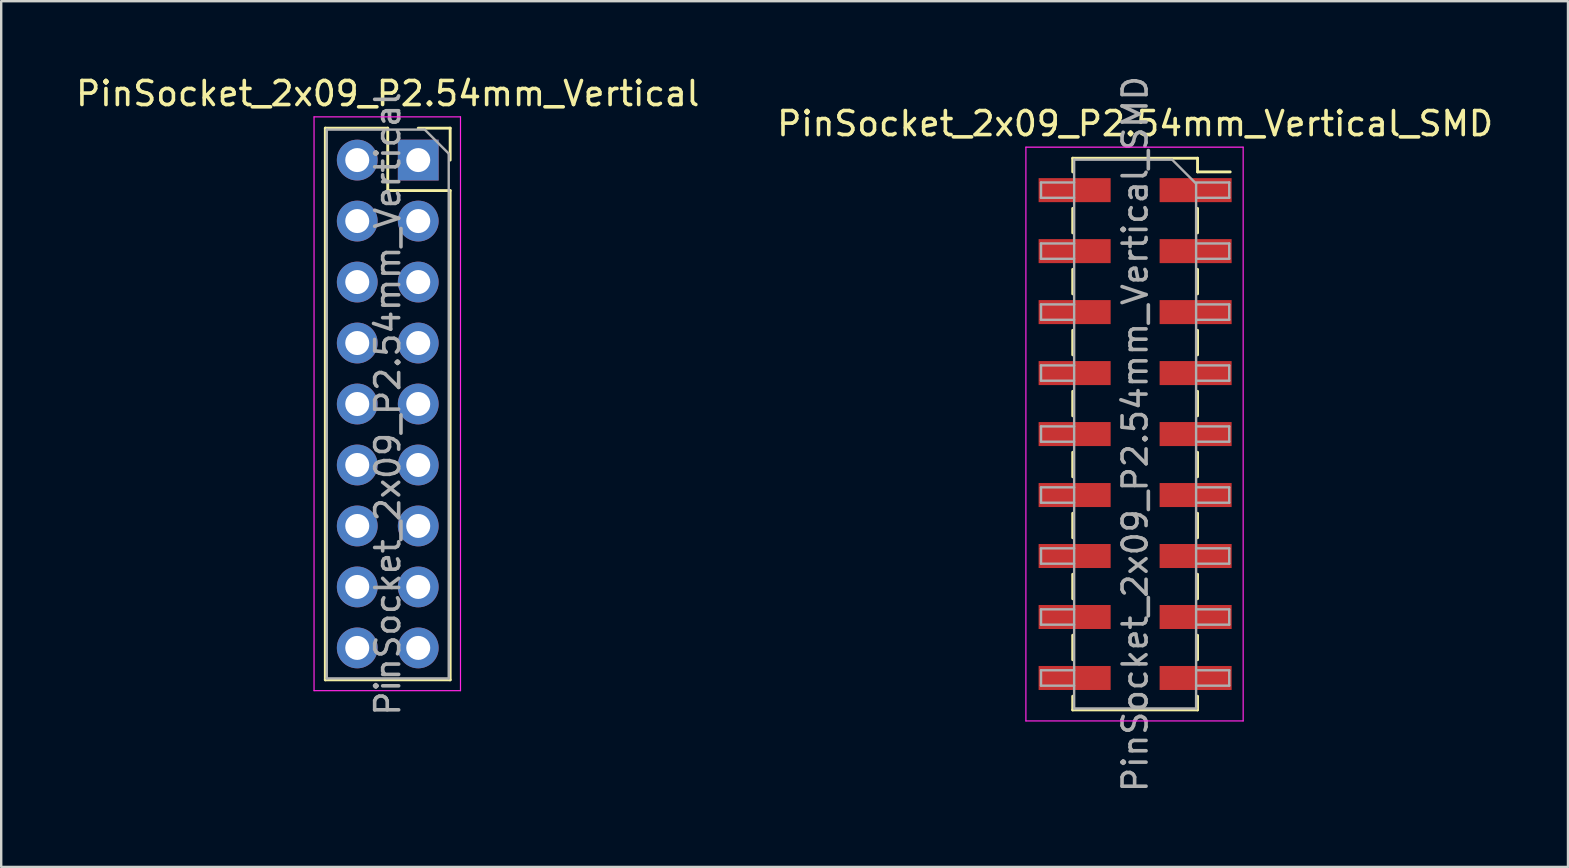
<source format=kicad_pcb>
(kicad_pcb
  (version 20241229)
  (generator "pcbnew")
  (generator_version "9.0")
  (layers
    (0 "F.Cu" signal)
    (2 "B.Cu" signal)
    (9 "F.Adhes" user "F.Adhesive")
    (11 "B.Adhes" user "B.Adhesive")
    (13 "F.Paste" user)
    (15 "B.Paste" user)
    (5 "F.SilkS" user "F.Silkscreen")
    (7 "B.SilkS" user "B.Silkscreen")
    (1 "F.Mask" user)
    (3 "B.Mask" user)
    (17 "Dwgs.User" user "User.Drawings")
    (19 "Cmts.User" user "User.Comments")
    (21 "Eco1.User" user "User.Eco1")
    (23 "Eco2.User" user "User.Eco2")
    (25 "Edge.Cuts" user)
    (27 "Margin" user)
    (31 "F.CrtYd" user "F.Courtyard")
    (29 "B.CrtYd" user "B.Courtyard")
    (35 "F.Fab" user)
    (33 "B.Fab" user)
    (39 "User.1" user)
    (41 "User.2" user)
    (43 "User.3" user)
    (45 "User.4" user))
  (footprint "PinSocket_2x09_P2.54mm_Vertical_SMD"
    (layer "F.Cu")
    (at 44.232 15.03)
    (property "Reference" "PinSocket_2x09_P2.54mm_Vertical_SMD" (at 0 -12.93 0) (layer "F.SilkS") (effects (font (size 1 1) (thickness 0.15))))
    (attr smd)
    (fp_line (start -2.6 -11.49) (end -2.6 -10.92) (stroke (width 0.12) (type solid)) (layer "F.SilkS"))
    (fp_line (start -2.6 -11.49) (end 2.6 -11.49) (stroke (width 0.12) (type solid)) (layer "F.SilkS"))
    (fp_line (start -2.6 -9.4) (end -2.6 -8.38) (stroke (width 0.12) (type solid)) (layer "F.SilkS"))
    (fp_line (start -2.6 -6.86) (end -2.6 -5.84) (stroke (width 0.12) (type solid)) (layer "F.SilkS"))
    (fp_line (start -2.6 -4.32) (end -2.6 -3.3) (stroke (width 0.12) (type solid)) (layer "F.SilkS"))
    (fp_line (start -2.6 -1.78) (end -2.6 -0.76) (stroke (width 0.12) (type solid)) (layer "F.SilkS"))
    (fp_line (start -2.6 0.76) (end -2.6 1.78) (stroke (width 0.12) (type solid)) (layer "F.SilkS"))
    (fp_line (start -2.6 3.3) (end -2.6 4.32) (stroke (width 0.12) (type solid)) (layer "F.SilkS"))
    (fp_line (start -2.6 5.84) (end -2.6 6.86) (stroke (width 0.12) (type solid)) (layer "F.SilkS"))
    (fp_line (start -2.6 8.38) (end -2.6 9.4) (stroke (width 0.12) (type solid)) (layer "F.SilkS"))
    (fp_line (start -2.6 10.92) (end -2.6 11.49) (stroke (width 0.12) (type solid)) (layer "F.SilkS"))
    (fp_line (start -2.6 11.49) (end 2.6 11.49) (stroke (width 0.12) (type solid)) (layer "F.SilkS"))
    (fp_line (start 2.6 -11.49) (end 2.6 -10.92) (stroke (width 0.12) (type solid)) (layer "F.SilkS"))
    (fp_line (start 2.6 -10.92) (end 3.96 -10.92) (stroke (width 0.12) (type solid)) (layer "F.SilkS"))
    (fp_line (start 2.6 -9.4) (end 2.6 -8.38) (stroke (width 0.12) (type solid)) (layer "F.SilkS"))
    (fp_line (start 2.6 -6.86) (end 2.6 -5.84) (stroke (width 0.12) (type solid)) (layer "F.SilkS"))
    (fp_line (start 2.6 -4.32) (end 2.6 -3.3) (stroke (width 0.12) (type solid)) (layer "F.SilkS"))
    (fp_line (start 2.6 -1.78) (end 2.6 -0.76) (stroke (width 0.12) (type solid)) (layer "F.SilkS"))
    (fp_line (start 2.6 0.76) (end 2.6 1.78) (stroke (width 0.12) (type solid)) (layer "F.SilkS"))
    (fp_line (start 2.6 3.3) (end 2.6 4.32) (stroke (width 0.12) (type solid)) (layer "F.SilkS"))
    (fp_line (start 2.6 5.84) (end 2.6 6.86) (stroke (width 0.12) (type solid)) (layer "F.SilkS"))
    (fp_line (start 2.6 8.38) (end 2.6 9.4) (stroke (width 0.12) (type solid)) (layer "F.SilkS"))
    (fp_line (start 2.6 10.92) (end 2.6 11.49) (stroke (width 0.12) (type solid)) (layer "F.SilkS"))
    (fp_line (start -4.55 -11.95) (end 4.5 -11.95) (stroke (width 0.05) (type solid)) (layer "F.CrtYd"))
    (fp_line (start -4.55 11.95) (end -4.55 -11.95) (stroke (width 0.05) (type solid)) (layer "F.CrtYd"))
    (fp_line (start 4.5 -11.95) (end 4.5 11.95) (stroke (width 0.05) (type solid)) (layer "F.CrtYd"))
    (fp_line (start 4.5 11.95) (end -4.55 11.95) (stroke (width 0.05) (type solid)) (layer "F.CrtYd"))
    (fp_line (start -3.92 -10.48) (end -2.54 -10.48) (stroke (width 0.1) (type solid)) (layer "F.Fab"))
    (fp_line (start -3.92 -9.84) (end -3.92 -10.48) (stroke (width 0.1) (type solid)) (layer "F.Fab"))
    (fp_line (start -3.92 -7.94) (end -2.54 -7.94) (stroke (width 0.1) (type solid)) (layer "F.Fab"))
    (fp_line (start -3.92 -7.3) (end -3.92 -7.94) (stroke (width 0.1) (type solid)) (layer "F.Fab"))
    (fp_line (start -3.92 -5.4) (end -2.54 -5.4) (stroke (width 0.1) (type solid)) (layer "F.Fab"))
    (fp_line (start -3.92 -4.76) (end -3.92 -5.4) (stroke (width 0.1) (type solid)) (layer "F.Fab"))
    (fp_line (start -3.92 -2.86) (end -2.54 -2.86) (stroke (width 0.1) (type solid)) (layer "F.Fab"))
    (fp_line (start -3.92 -2.22) (end -3.92 -2.86) (stroke (width 0.1) (type solid)) (layer "F.Fab"))
    (fp_line (start -3.92 -0.32) (end -2.54 -0.32) (stroke (width 0.1) (type solid)) (layer "F.Fab"))
    (fp_line (start -3.92 0.32) (end -3.92 -0.32) (stroke (width 0.1) (type solid)) (layer "F.Fab"))
    (fp_line (start -3.92 2.22) (end -2.54 2.22) (stroke (width 0.1) (type solid)) (layer "F.Fab"))
    (fp_line (start -3.92 2.86) (end -3.92 2.22) (stroke (width 0.1) (type solid)) (layer "F.Fab"))
    (fp_line (start -3.92 4.76) (end -2.54 4.76) (stroke (width 0.1) (type solid)) (layer "F.Fab"))
    (fp_line (start -3.92 5.4) (end -3.92 4.76) (stroke (width 0.1) (type solid)) (layer "F.Fab"))
    (fp_line (start -3.92 7.3) (end -2.54 7.3) (stroke (width 0.1) (type solid)) (layer "F.Fab"))
    (fp_line (start -3.92 7.94) (end -3.92 7.3) (stroke (width 0.1) (type solid)) (layer "F.Fab"))
    (fp_line (start -3.92 9.84) (end -2.54 9.84) (stroke (width 0.1) (type solid)) (layer "F.Fab"))
    (fp_line (start -3.92 10.48) (end -3.92 9.84) (stroke (width 0.1) (type solid)) (layer "F.Fab"))
    (fp_line (start -2.54 -11.43) (end 1.54 -11.43) (stroke (width 0.1) (type solid)) (layer "F.Fab"))
    (fp_line (start -2.54 -9.84) (end -3.92 -9.84) (stroke (width 0.1) (type solid)) (layer "F.Fab"))
    (fp_line (start -2.54 -7.3) (end -3.92 -7.3) (stroke (width 0.1) (type solid)) (layer "F.Fab"))
    (fp_line (start -2.54 -4.76) (end -3.92 -4.76) (stroke (width 0.1) (type solid)) (layer "F.Fab"))
    (fp_line (start -2.54 -2.22) (end -3.92 -2.22) (stroke (width 0.1) (type solid)) (layer "F.Fab"))
    (fp_line (start -2.54 0.32) (end -3.92 0.32) (stroke (width 0.1) (type solid)) (layer "F.Fab"))
    (fp_line (start -2.54 2.86) (end -3.92 2.86) (stroke (width 0.1) (type solid)) (layer "F.Fab"))
    (fp_line (start -2.54 5.4) (end -3.92 5.4) (stroke (width 0.1) (type solid)) (layer "F.Fab"))
    (fp_line (start -2.54 7.94) (end -3.92 7.94) (stroke (width 0.1) (type solid)) (layer "F.Fab"))
    (fp_line (start -2.54 10.48) (end -3.92 10.48) (stroke (width 0.1) (type solid)) (layer "F.Fab"))
    (fp_line (start -2.54 11.43) (end -2.54 -11.43) (stroke (width 0.1) (type solid)) (layer "F.Fab"))
    (fp_line (start 1.54 -11.43) (end 2.54 -10.43) (stroke (width 0.1) (type solid)) (layer "F.Fab"))
    (fp_line (start 2.54 -10.48) (end 3.92 -10.48) (stroke (width 0.1) (type solid)) (layer "F.Fab"))
    (fp_line (start 2.54 -10.43) (end 2.54 11.43) (stroke (width 0.1) (type solid)) (layer "F.Fab"))
    (fp_line (start 2.54 -7.94) (end 3.92 -7.94) (stroke (width 0.1) (type solid)) (layer "F.Fab"))
    (fp_line (start 2.54 -5.4) (end 3.92 -5.4) (stroke (width 0.1) (type solid)) (layer "F.Fab"))
    (fp_line (start 2.54 -2.86) (end 3.92 -2.86) (stroke (width 0.1) (type solid)) (layer "F.Fab"))
    (fp_line (start 2.54 -0.32) (end 3.92 -0.32) (stroke (width 0.1) (type solid)) (layer "F.Fab"))
    (fp_line (start 2.54 2.22) (end 3.92 2.22) (stroke (width 0.1) (type solid)) (layer "F.Fab"))
    (fp_line (start 2.54 4.76) (end 3.92 4.76) (stroke (width 0.1) (type solid)) (layer "F.Fab"))
    (fp_line (start 2.54 7.3) (end 3.92 7.3) (stroke (width 0.1) (type solid)) (layer "F.Fab"))
    (fp_line (start 2.54 9.84) (end 3.92 9.84) (stroke (width 0.1) (type solid)) (layer "F.Fab"))
    (fp_line (start 2.54 11.43) (end -2.54 11.43) (stroke (width 0.1) (type solid)) (layer "F.Fab"))
    (fp_line (start 3.92 -10.48) (end 3.92 -9.84) (stroke (width 0.1) (type solid)) (layer "F.Fab"))
    (fp_line (start 3.92 -9.84) (end 2.54 -9.84) (stroke (width 0.1) (type solid)) (layer "F.Fab"))
    (fp_line (start 3.92 -7.94) (end 3.92 -7.3) (stroke (width 0.1) (type solid)) (layer "F.Fab"))
    (fp_line (start 3.92 -7.3) (end 2.54 -7.3) (stroke (width 0.1) (type solid)) (layer "F.Fab"))
    (fp_line (start 3.92 -5.4) (end 3.92 -4.76) (stroke (width 0.1) (type solid)) (layer "F.Fab"))
    (fp_line (start 3.92 -4.76) (end 2.54 -4.76) (stroke (width 0.1) (type solid)) (layer "F.Fab"))
    (fp_line (start 3.92 -2.86) (end 3.92 -2.22) (stroke (width 0.1) (type solid)) (layer "F.Fab"))
    (fp_line (start 3.92 -2.22) (end 2.54 -2.22) (stroke (width 0.1) (type solid)) (layer "F.Fab"))
    (fp_line (start 3.92 -0.32) (end 3.92 0.32) (stroke (width 0.1) (type solid)) (layer "F.Fab"))
    (fp_line (start 3.92 0.32) (end 2.54 0.32) (stroke (width 0.1) (type solid)) (layer "F.Fab"))
    (fp_line (start 3.92 2.22) (end 3.92 2.86) (stroke (width 0.1) (type solid)) (layer "F.Fab"))
    (fp_line (start 3.92 2.86) (end 2.54 2.86) (stroke (width 0.1) (type solid)) (layer "F.Fab"))
    (fp_line (start 3.92 4.76) (end 3.92 5.4) (stroke (width 0.1) (type solid)) (layer "F.Fab"))
    (fp_line (start 3.92 5.4) (end 2.54 5.4) (stroke (width 0.1) (type solid)) (layer "F.Fab"))
    (fp_line (start 3.92 7.3) (end 3.92 7.94) (stroke (width 0.1) (type solid)) (layer "F.Fab"))
    (fp_line (start 3.92 7.94) (end 2.54 7.94) (stroke (width 0.1) (type solid)) (layer "F.Fab"))
    (fp_line (start 3.92 9.84) (end 3.92 10.48) (stroke (width 0.1) (type solid)) (layer "F.Fab"))
    (fp_line (start 3.92 10.48) (end 2.54 10.48) (stroke (width 0.1) (type solid)) (layer "F.Fab"))
    (fp_text user "${REFERENCE}" (at 0 0 90) (layer "F.Fab") (effects (font (size 1 1) (thickness 0.15))))
    (pad "1" smd rect (at 2.52 -10.16) (size 3 1) (layers "F.Cu" "F.Mask" "F.Paste"))
    (pad "2" smd rect (at -2.52 -10.16) (size 3 1) (layers "F.Cu" "F.Mask" "F.Paste"))
    (pad "3" smd rect (at 2.52 -7.62) (size 3 1) (layers "F.Cu" "F.Mask" "F.Paste"))
    (pad "4" smd rect (at -2.52 -7.62) (size 3 1) (layers "F.Cu" "F.Mask" "F.Paste"))
    (pad "5" smd rect (at 2.52 -5.08) (size 3 1) (layers "F.Cu" "F.Mask" "F.Paste"))
    (pad "6" smd rect (at -2.52 -5.08) (size 3 1) (layers "F.Cu" "F.Mask" "F.Paste"))
    (pad "7" smd rect (at 2.52 -2.54) (size 3 1) (layers "F.Cu" "F.Mask" "F.Paste"))
    (pad "8" smd rect (at -2.52 -2.54) (size 3 1) (layers "F.Cu" "F.Mask" "F.Paste"))
    (pad "9" smd rect (at 2.52 0) (size 3 1) (layers "F.Cu" "F.Mask" "F.Paste"))
    (pad "10" smd rect (at -2.52 0) (size 3 1) (layers "F.Cu" "F.Mask" "F.Paste"))
    (pad "11" smd rect (at 2.52 2.54) (size 3 1) (layers "F.Cu" "F.Mask" "F.Paste"))
    (pad "12" smd rect (at -2.52 2.54) (size 3 1) (layers "F.Cu" "F.Mask" "F.Paste"))
    (pad "13" smd rect (at 2.52 5.08) (size 3 1) (layers "F.Cu" "F.Mask" "F.Paste"))
    (pad "14" smd rect (at -2.52 5.08) (size 3 1) (layers "F.Cu" "F.Mask" "F.Paste"))
    (pad "15" smd rect (at 2.52 7.62) (size 3 1) (layers "F.Cu" "F.Mask" "F.Paste"))
    (pad "16" smd rect (at -2.52 7.62) (size 3 1) (layers "F.Cu" "F.Mask" "F.Paste"))
    (pad "17" smd rect (at 2.52 10.16) (size 3 1) (layers "F.Cu" "F.Mask" "F.Paste"))
    (pad "18" smd rect (at -2.52 10.16) (size 3 1) (layers "F.Cu" "F.Mask" "F.Paste")))
  (footprint "PinSocket_2x09_P2.54mm_Vertical"
    (layer "F.Cu")
    (at 14.371 3.618)
    (property "Reference" "PinSocket_2x09_P2.54mm_Vertical" (at -1.27 -2.77 0) (layer "F.SilkS") (effects (font (size 1 1) (thickness 0.15))))
    (attr through_hole)
    (fp_line (start -3.87 -1.33) (end -3.87 21.65) (stroke (width 0.12) (type solid)) (layer "F.SilkS"))
    (fp_line (start -3.87 -1.33) (end -1.27 -1.33) (stroke (width 0.12) (type solid)) (layer "F.SilkS"))
    (fp_line (start -3.87 21.65) (end 1.33 21.65) (stroke (width 0.12) (type solid)) (layer "F.SilkS"))
    (fp_line (start -1.27 -1.33) (end -1.27 1.27) (stroke (width 0.12) (type solid)) (layer "F.SilkS"))
    (fp_line (start -1.27 1.27) (end 1.33 1.27) (stroke (width 0.12) (type solid)) (layer "F.SilkS"))
    (fp_line (start 0 -1.33) (end 1.33 -1.33) (stroke (width 0.12) (type solid)) (layer "F.SilkS"))
    (fp_line (start 1.33 -1.33) (end 1.33 0) (stroke (width 0.12) (type solid)) (layer "F.SilkS"))
    (fp_line (start 1.33 1.27) (end 1.33 21.65) (stroke (width 0.12) (type solid)) (layer "F.SilkS"))
    (fp_line (start -4.34 -1.8) (end 1.76 -1.8) (stroke (width 0.05) (type solid)) (layer "F.CrtYd"))
    (fp_line (start -4.34 22.1) (end -4.34 -1.8) (stroke (width 0.05) (type solid)) (layer "F.CrtYd"))
    (fp_line (start 1.76 -1.8) (end 1.76 22.1) (stroke (width 0.05) (type solid)) (layer "F.CrtYd"))
    (fp_line (start 1.76 22.1) (end -4.34 22.1) (stroke (width 0.05) (type solid)) (layer "F.CrtYd"))
    (fp_line (start -3.81 -1.27) (end 0.27 -1.27) (stroke (width 0.1) (type solid)) (layer "F.Fab"))
    (fp_line (start -3.81 21.59) (end -3.81 -1.27) (stroke (width 0.1) (type solid)) (layer "F.Fab"))
    (fp_line (start 0.27 -1.27) (end 1.27 -0.27) (stroke (width 0.1) (type solid)) (layer "F.Fab"))
    (fp_line (start 1.27 -0.27) (end 1.27 21.59) (stroke (width 0.1) (type solid)) (layer "F.Fab"))
    (fp_line (start 1.27 21.59) (end -3.81 21.59) (stroke (width 0.1) (type solid)) (layer "F.Fab"))
    (fp_text user "${REFERENCE}" (at -1.27 10.16 90) (layer "F.Fab") (effects (font (size 1 1) (thickness 0.15))))
    (pad "1" thru_hole rect (at 0 0) (size 1.7 1.7) (drill 1) (layers "*.Cu" "*.Mask"))
    (pad "2" thru_hole oval (at -2.54 0) (size 1.7 1.7) (drill 1) (layers "*.Cu" "*.Mask"))
    (pad "3" thru_hole oval (at 0 2.54) (size 1.7 1.7) (drill 1) (layers "*.Cu" "*.Mask"))
    (pad "4" thru_hole oval (at -2.54 2.54) (size 1.7 1.7) (drill 1) (layers "*.Cu" "*.Mask"))
    (pad "5" thru_hole oval (at 0 5.08) (size 1.7 1.7) (drill 1) (layers "*.Cu" "*.Mask"))
    (pad "6" thru_hole oval (at -2.54 5.08) (size 1.7 1.7) (drill 1) (layers "*.Cu" "*.Mask"))
    (pad "7" thru_hole oval (at 0 7.62) (size 1.7 1.7) (drill 1) (layers "*.Cu" "*.Mask"))
    (pad "8" thru_hole oval (at -2.54 7.62) (size 1.7 1.7) (drill 1) (layers "*.Cu" "*.Mask"))
    (pad "9" thru_hole oval (at 0 10.16) (size 1.7 1.7) (drill 1) (layers "*.Cu" "*.Mask"))
    (pad "10" thru_hole oval (at -2.54 10.16) (size 1.7 1.7) (drill 1) (layers "*.Cu" "*.Mask"))
    (pad "11" thru_hole oval (at 0 12.7) (size 1.7 1.7) (drill 1) (layers "*.Cu" "*.Mask"))
    (pad "12" thru_hole oval (at -2.54 12.7) (size 1.7 1.7) (drill 1) (layers "*.Cu" "*.Mask"))
    (pad "13" thru_hole oval (at 0 15.24) (size 1.7 1.7) (drill 1) (layers "*.Cu" "*.Mask"))
    (pad "14" thru_hole oval (at -2.54 15.24) (size 1.7 1.7) (drill 1) (layers "*.Cu" "*.Mask"))
    (pad "15" thru_hole oval (at 0 17.78) (size 1.7 1.7) (drill 1) (layers "*.Cu" "*.Mask"))
    (pad "16" thru_hole oval (at -2.54 17.78) (size 1.7 1.7) (drill 1) (layers "*.Cu" "*.Mask"))
    (pad "17" thru_hole oval (at 0 20.32) (size 1.7 1.7) (drill 1) (layers "*.Cu" "*.Mask"))
    (pad "18" thru_hole oval (at -2.54 20.32) (size 1.7 1.7) (drill 1) (layers "*.Cu" "*.Mask")))
  (gr_rect
    (start -3 -3)
    (end 62.262 33.06)
    (stroke (width 0.1) (type default))
    (fill no)
    (layer "Edge.Cuts")))
</source>
